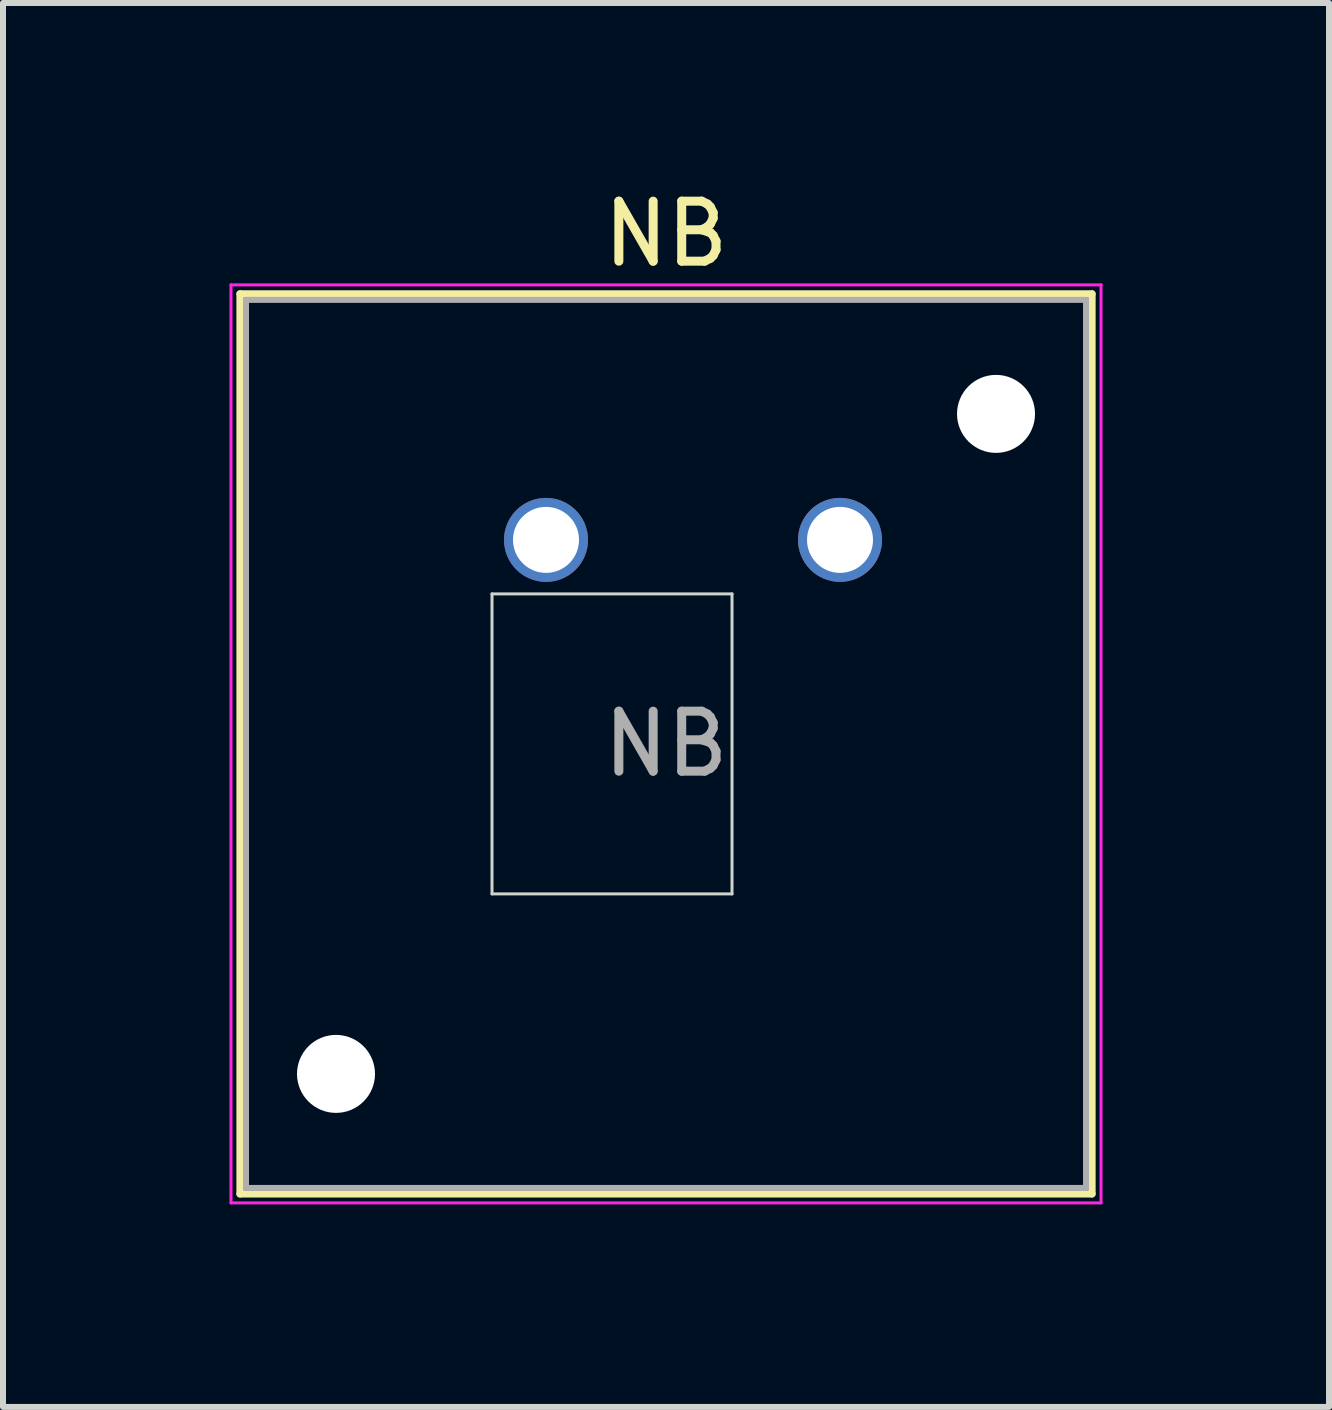
<source format=kicad_pcb>
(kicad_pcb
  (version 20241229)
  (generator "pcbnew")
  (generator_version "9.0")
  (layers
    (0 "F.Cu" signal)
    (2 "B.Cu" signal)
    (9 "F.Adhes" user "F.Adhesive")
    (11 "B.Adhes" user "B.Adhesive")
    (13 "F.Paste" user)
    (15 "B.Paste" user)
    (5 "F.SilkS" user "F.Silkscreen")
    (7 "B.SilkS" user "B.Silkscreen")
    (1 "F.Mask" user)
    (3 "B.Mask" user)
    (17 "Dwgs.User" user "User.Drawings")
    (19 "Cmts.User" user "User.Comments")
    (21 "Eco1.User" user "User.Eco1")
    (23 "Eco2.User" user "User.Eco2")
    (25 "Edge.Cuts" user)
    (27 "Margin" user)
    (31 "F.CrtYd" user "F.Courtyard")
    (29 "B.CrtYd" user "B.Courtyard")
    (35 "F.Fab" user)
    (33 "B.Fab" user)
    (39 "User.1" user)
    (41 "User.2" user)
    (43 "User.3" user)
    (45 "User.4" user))
  (footprint "NB"
    (layer "F.Cu")
    (at 8.05 9.348)
    (property "Reference" "NB" (at 0 -8.5 0) (layer "F.SilkS") (effects (font (size 1 1) (thickness 0.15))))
    (attr through_hole)
    (fp_line (start -7.1 -7.5) (end -7.1 7.5) (stroke (width 0.12) (type solid)) (layer "F.SilkS"))
    (fp_line (start -7.1 7.5) (end 7.1 7.5) (stroke (width 0.12) (type solid)) (layer "F.SilkS"))
    (fp_line (start 7.1 -7.5) (end -7.1 -7.5) (stroke (width 0.12) (type solid)) (layer "F.SilkS"))
    (fp_line (start 7.1 7.5) (end 7.1 -7.5) (stroke (width 0.12) (type solid)) (layer "F.SilkS"))
    (fp_line (start -8 -8) (end -8 8) (stroke (width 0.1) (type solid)) (layer "Eco1.User"))
    (fp_line (start -8 8) (end 8 8) (stroke (width 0.1) (type solid)) (layer "Eco1.User"))
    (fp_line (start 8 -8) (end -8 -8) (stroke (width 0.1) (type solid)) (layer "Eco1.User"))
    (fp_line (start 8 8) (end 8 -8) (stroke (width 0.1) (type solid)) (layer "Eco1.User"))
    (fp_line (start -2.9 -2.5) (end 1.1 -2.5) (stroke (width 0.05) (type solid)) (layer "Edge.Cuts"))
    (fp_line (start -2.9 2.5) (end -2.9 -2.5) (stroke (width 0.05) (type solid)) (layer "Edge.Cuts"))
    (fp_line (start 1.1 -2.5) (end 1.1 2.5) (stroke (width 0.05) (type solid)) (layer "Edge.Cuts"))
    (fp_line (start 1.1 2.5) (end -2.9 2.5) (stroke (width 0.05) (type solid)) (layer "Edge.Cuts"))
    (fp_line (start -7.25 -7.65) (end -7.25 7.65) (stroke (width 0.05) (type solid)) (layer "F.CrtYd"))
    (fp_line (start -7.25 7.65) (end 7.25 7.65) (stroke (width 0.05) (type solid)) (layer "F.CrtYd"))
    (fp_line (start 7.25 -7.65) (end -7.25 -7.65) (stroke (width 0.05) (type solid)) (layer "F.CrtYd"))
    (fp_line (start 7.25 7.65) (end 7.25 -7.65) (stroke (width 0.05) (type solid)) (layer "F.CrtYd"))
    (fp_line (start -7 -7.4) (end -7 7.4) (stroke (width 0.1) (type solid)) (layer "F.Fab"))
    (fp_line (start -7 7.4) (end 7 7.4) (stroke (width 0.1) (type solid)) (layer "F.Fab"))
    (fp_line (start 7 -7.4) (end -7 -7.4) (stroke (width 0.1) (type solid)) (layer "F.Fab"))
    (fp_line (start 7 7.4) (end 7 -7.4) (stroke (width 0.1) (type solid)) (layer "F.Fab"))
    (fp_text user "${REFERENCE}" (at 0 0 0) (layer "F.Fab") (effects (font (size 1 1) (thickness 0.15))))
    (pad "" np_thru_hole circle (at -5.5 5.5) (size 1.3 1.3) (drill 1.3) (layers "*.Cu" "*.Mask"))
    (pad "" np_thru_hole circle (at 5.5 -5.5) (size 1.3 1.3) (drill 1.3) (layers "*.Cu" "*.Mask"))
    (pad "1" thru_hole circle (at -2 -3.4) (size 1.4 1.4) (drill 1.1) (layers "*.Cu" "*.Mask"))
    (pad "2" thru_hole circle (at 2.9 -3.4) (size 1.4 1.4) (drill 1.1) (layers "*.Cu" "*.Mask")))
  (gr_rect
    (start -3 -3)
    (end 19.1 20.398)
    (stroke (width 0.1) (type default))
    (fill no)
    (layer "Edge.Cuts")))
</source>
